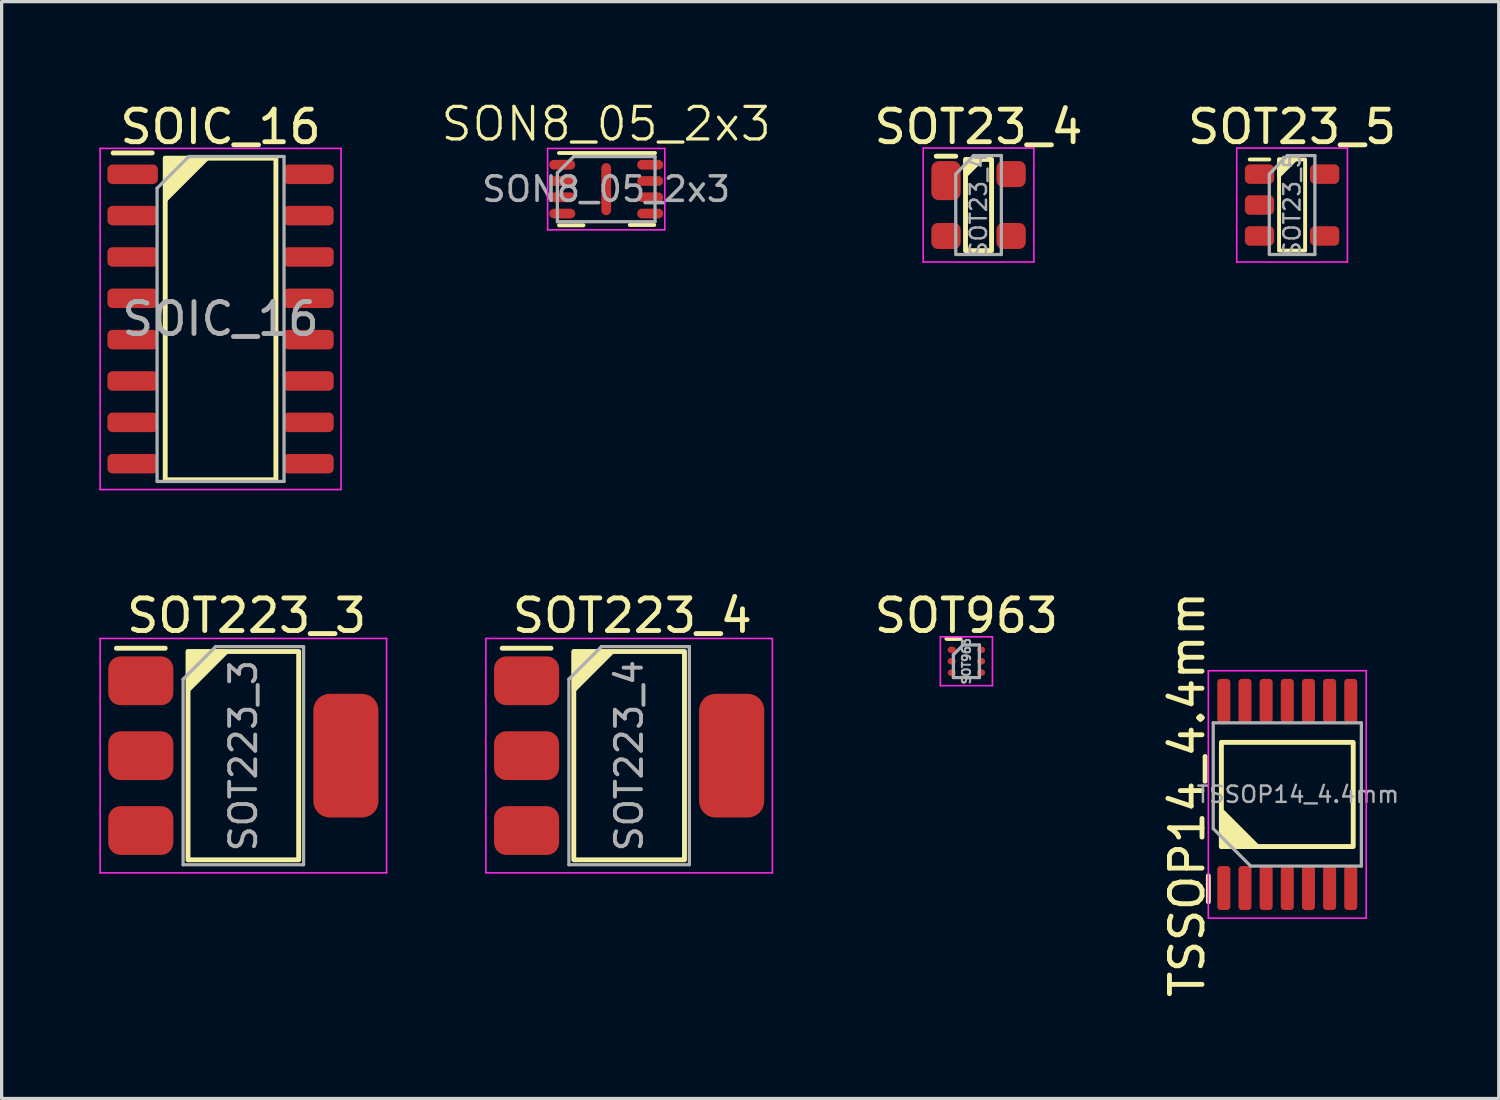
<source format=kicad_pcb>
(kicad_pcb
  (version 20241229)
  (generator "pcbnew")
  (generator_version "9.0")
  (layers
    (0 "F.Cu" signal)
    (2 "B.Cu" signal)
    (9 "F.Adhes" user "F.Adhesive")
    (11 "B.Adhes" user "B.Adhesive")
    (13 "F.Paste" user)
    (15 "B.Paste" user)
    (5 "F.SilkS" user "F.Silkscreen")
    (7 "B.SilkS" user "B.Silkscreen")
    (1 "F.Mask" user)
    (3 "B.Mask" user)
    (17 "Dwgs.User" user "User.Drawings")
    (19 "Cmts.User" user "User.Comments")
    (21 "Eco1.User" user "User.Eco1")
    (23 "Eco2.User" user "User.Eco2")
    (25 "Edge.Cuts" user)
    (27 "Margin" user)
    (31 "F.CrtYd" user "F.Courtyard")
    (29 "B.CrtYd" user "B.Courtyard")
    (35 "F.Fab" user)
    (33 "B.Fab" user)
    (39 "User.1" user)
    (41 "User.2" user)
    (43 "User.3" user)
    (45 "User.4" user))
  (footprint "SOT223_4"
    (layer "F.Cu")
    (at 16.275 20.162)
    (property "Reference" "SOT223_4" (at 0.1 -4.3 0) (layer "F.SilkS") (effects (font (size 1 1) (thickness 0.15))))
    (attr smd)
    (fp_line (start -3.9 -3.3) (end -2.4 -3.3) (stroke (width 0.15) (type solid)) (layer "F.SilkS"))
    (fp_rect (start -1.7 3.2) (end 1.7 -3.2) (stroke (width 0.15) (type solid)) (fill no) (layer "F.SilkS"))
    (fp_poly (pts (xy -1.7 -2) (xy -1.7 -3.2) (xy -0.5 -3.2)) (stroke (width 0.12) (type solid)) (fill yes) (layer "F.SilkS"))
    (fp_line (start -4.4 -3.6) (end -4.4 3.6) (stroke (width 0.05) (type solid)) (layer "F.CrtYd"))
    (fp_line (start -4.4 3.6) (end 4.4 3.6) (stroke (width 0.05) (type solid)) (layer "F.CrtYd"))
    (fp_line (start 4.4 -3.6) (end -4.4 -3.6) (stroke (width 0.05) (type solid)) (layer "F.CrtYd"))
    (fp_line (start 4.4 3.6) (end 4.4 -3.6) (stroke (width 0.05) (type solid)) (layer "F.CrtYd"))
    (fp_line (start -1.85 -2.35) (end -1.85 3.35) (stroke (width 0.1) (type solid)) (layer "F.Fab"))
    (fp_line (start -1.85 -2.35) (end -0.85 -3.35) (stroke (width 0.1) (type solid)) (layer "F.Fab"))
    (fp_line (start -1.85 3.35) (end 1.85 3.35) (stroke (width 0.1) (type solid)) (layer "F.Fab"))
    (fp_line (start -0.85 -3.35) (end 1.85 -3.35) (stroke (width 0.1) (type solid)) (layer "F.Fab"))
    (fp_line (start 1.85 -3.35) (end 1.85 3.35) (stroke (width 0.1) (type solid)) (layer "F.Fab"))
    (fp_text user "${REFERENCE}" (at 0 0 90) (layer "F.Fab") (effects (font (size 0.8 0.8) (thickness 0.12))))
    (pad "1" smd roundrect (at -3.15 -2.3) (size 2 1.5) (layers "F.Cu" "F.Mask" "F.Paste") (roundrect_rratio 0.25))
    (pad "2" smd roundrect (at -3.15 0) (size 2 1.5) (layers "F.Cu" "F.Mask" "F.Paste") (roundrect_rratio 0.25))
    (pad "3" smd roundrect (at -3.15 2.3) (size 2 1.5) (layers "F.Cu" "F.Mask" "F.Paste") (roundrect_rratio 0.25))
    (pad "4" smd roundrect (at 3.15 0) (size 2 3.8) (layers "F.Cu" "F.Mask" "F.Paste") (roundrect_rratio 0.25)))
  (footprint "SON8_05_2x3"
    (layer "F.Cu")
    (at 15.571 2.76)
    (property "Reference" "SON8_05_2x3" (at 0 -2 0) (unlocked yes) (layer "F.SilkS") (effects (font (size 1 1) (thickness 0.1))))
    (attr smd)
    (fp_line (start -1.45 -1.11) (end 1.5 -1.11) (stroke (width 0.12) (type solid)) (layer "F.SilkS"))
    (fp_line (start -1.45 1.11) (end -0.7 1.11) (stroke (width 0.12) (type solid)) (layer "F.SilkS"))
    (fp_line (start 0.725 1.1) (end 1.475 1.1) (stroke (width 0.12) (type solid)) (layer "F.SilkS"))
    (fp_line (start 0 -0.3) (end 0 -0.5) (stroke (width 0.3) (type default)) (layer "F.Paste"))
    (fp_line (start 0 0.5) (end 0 0.3) (stroke (width 0.3) (type default)) (layer "F.Paste"))
    (fp_line (start -1.8 -1.25) (end -1.8 1.25) (stroke (width 0.05) (type solid)) (layer "F.CrtYd"))
    (fp_line (start -1.8 1.25) (end 1.8 1.25) (stroke (width 0.05) (type solid)) (layer "F.CrtYd"))
    (fp_line (start 1.8 -1.25) (end -1.8 -1.25) (stroke (width 0.05) (type solid)) (layer "F.CrtYd"))
    (fp_line (start 1.8 1.25) (end 1.8 -1.25) (stroke (width 0.05) (type solid)) (layer "F.CrtYd"))
    (fp_line (start -1.5 -0.5) (end -1 -1) (stroke (width 0.1) (type solid)) (layer "F.Fab"))
    (fp_line (start -1.5 1) (end -1.5 -0.5) (stroke (width 0.1) (type solid)) (layer "F.Fab"))
    (fp_line (start -1 -1) (end 1.5 -1) (stroke (width 0.1) (type solid)) (layer "F.Fab"))
    (fp_line (start 1.5 -1) (end 1.5 1) (stroke (width 0.1) (type solid)) (layer "F.Fab"))
    (fp_line (start 1.5 1) (end -1.5 1) (stroke (width 0.1) (type solid)) (layer "F.Fab"))
    (fp_text user "${REFERENCE}" (at 0 0 0) (layer "F.Fab") (effects (font (size 0.75 0.75) (thickness 0.11))))
    (pad "1" smd oval (at -1.35 -0.75) (size 0.8 0.3) (layers "F.Cu" "F.Mask" "F.Paste"))
    (pad "2" smd oval (at -1.35 -0.25) (size 0.8 0.3) (layers "F.Cu" "F.Mask" "F.Paste"))
    (pad "3" smd oval (at -1.35 0.25) (size 0.8 0.3) (layers "F.Cu" "F.Mask" "F.Paste"))
    (pad "4" smd oval (at -1.35 0.75) (size 0.8 0.3) (layers "F.Cu" "F.Mask" "F.Paste"))
    (pad "5" smd oval (at 1.35 0.75) (size 0.8 0.3) (layers "F.Cu" "F.Mask" "F.Paste"))
    (pad "6" smd oval (at 1.35 0.25) (size 0.8 0.3) (layers "F.Cu" "F.Mask" "F.Paste"))
    (pad "7" smd oval (at 1.35 -0.25) (size 0.8 0.3) (layers "F.Cu" "F.Mask" "F.Paste"))
    (pad "8" smd oval (at 1.35 -0.75) (size 0.8 0.3) (layers "F.Cu" "F.Mask" "F.Paste"))
    (pad "9" smd oval (at 0 0) (size 0.3 1.6) (layers "F.Cu" "F.Mask")))
  (footprint "TSSOP14_4.4mm"
    (layer "F.Cu")
    (at 36.492 21.353)
    (property "Reference" "TSSOP14_4.4mm" (at -3.075 0 90) (layer "F.SilkS") (effects (font (size 1 1) (thickness 0.15))))
    (attr smd)
    (fp_line (start -2.425 3.3) (end -2.425 2.5) (stroke (width 0.15) (type solid)) (layer "F.SilkS"))
    (fp_rect (start -2.025 -1.6) (end 2.025 1.6) (stroke (width 0.15) (type solid)) (fill no) (layer "F.SilkS"))
    (fp_poly (pts (xy -0.925 1.6) (xy -2.025 1.6) (xy -2.025 0.5)) (stroke (width 0.15) (type solid)) (fill yes) (layer "F.SilkS"))
    (fp_line (start -2.425 -3.8) (end 2.425 -3.8) (stroke (width 0.05) (type solid)) (layer "F.CrtYd"))
    (fp_line (start -2.425 3.8) (end -2.425 -3.8) (stroke (width 0.05) (type solid)) (layer "F.CrtYd"))
    (fp_line (start 2.425 -3.8) (end 2.425 3.8) (stroke (width 0.05) (type solid)) (layer "F.CrtYd"))
    (fp_line (start 2.425 3.8) (end -2.425 3.8) (stroke (width 0.05) (type solid)) (layer "F.CrtYd"))
    (fp_line (start -2.275 -2.2) (end -2.275 1.05) (stroke (width 0.1) (type solid)) (layer "F.Fab"))
    (fp_line (start -2.275 -2.2) (end 2.275 -2.2) (stroke (width 0.1) (type solid)) (layer "F.Fab"))
    (fp_line (start -2.275 1.05) (end -1.125 2.2) (stroke (width 0.1) (type solid)) (layer "F.Fab"))
    (fp_line (start -1.125 2.2) (end 2.275 2.2) (stroke (width 0.1) (type solid)) (layer "F.Fab"))
    (fp_line (start 2.275 -2.2) (end 2.275 2.2) (stroke (width 0.1) (type solid)) (layer "F.Fab"))
    (fp_text user "${REFERENCE}" (at 0.325 0 180) (layer "F.Fab") (effects (font (size 0.5 0.5) (thickness 0.075))))
    (pad "1" smd roundrect (at -1.95 2.875) (size 0.4 1.35) (layers "F.Cu" "F.Mask" "F.Paste") (roundrect_rratio 0.25))
    (pad "2" smd roundrect (at -1.3 2.875) (size 0.4 1.35) (layers "F.Cu" "F.Mask" "F.Paste") (roundrect_rratio 0.25))
    (pad "3" smd roundrect (at -0.65 2.875) (size 0.4 1.35) (layers "F.Cu" "F.Mask" "F.Paste") (roundrect_rratio 0.25))
    (pad "4" smd roundrect (at 0 2.875) (size 0.4 1.35) (layers "F.Cu" "F.Mask" "F.Paste") (roundrect_rratio 0.25))
    (pad "5" smd roundrect (at 0.65 2.875) (size 0.4 1.35) (layers "F.Cu" "F.Mask" "F.Paste") (roundrect_rratio 0.25))
    (pad "6" smd roundrect (at 1.3 2.875) (size 0.4 1.35) (layers "F.Cu" "F.Mask" "F.Paste") (roundrect_rratio 0.25))
    (pad "7" smd roundrect (at 1.95 2.875) (size 0.4 1.35) (layers "F.Cu" "F.Mask" "F.Paste") (roundrect_rratio 0.25))
    (pad "8" smd roundrect (at 1.95 -2.875) (size 0.4 1.35) (layers "F.Cu" "F.Mask" "F.Paste") (roundrect_rratio 0.25))
    (pad "9" smd roundrect (at 1.3 -2.875) (size 0.4 1.35) (layers "F.Cu" "F.Mask" "F.Paste") (roundrect_rratio 0.25))
    (pad "10" smd roundrect (at 0.65 -2.875) (size 0.4 1.35) (layers "F.Cu" "F.Mask" "F.Paste") (roundrect_rratio 0.25))
    (pad "11" smd roundrect (at 0 -2.875) (size 0.4 1.35) (layers "F.Cu" "F.Mask" "F.Paste") (roundrect_rratio 0.25))
    (pad "12" smd roundrect (at -0.65 -2.875) (size 0.4 1.35) (layers "F.Cu" "F.Mask" "F.Paste") (roundrect_rratio 0.25))
    (pad "13" smd roundrect (at -1.3 -2.875) (size 0.4 1.35) (layers "F.Cu" "F.Mask" "F.Paste") (roundrect_rratio 0.25))
    (pad "14" smd roundrect (at -1.95 -2.875) (size 0.4 1.35) (layers "F.Cu" "F.Mask" "F.Paste") (roundrect_rratio 0.25)))
  (footprint "SOIC_16"
    (layer "F.Cu")
    (at 3.725 6.748)
    (property "Reference" "SOIC_16" (at 0 -5.9 0) (unlocked yes) (layer "F.SilkS") (effects (font (size 1 1) (thickness 0.15))))
    (attr smd)
    (fp_line (start -2.1 -5.1) (end -3.3 -5.1) (stroke (width 0.15) (type solid)) (layer "F.SilkS"))
    (fp_rect (start -1.7 -4.94) (end 1.7 4.94) (stroke (width 0.15) (type default)) (fill no) (layer "F.SilkS"))
    (fp_poly (pts (xy -1.7 -3.64) (xy -1.7 -4.94) (xy -0.4 -4.94)) (stroke (width 0.12) (type solid)) (fill yes) (layer "F.SilkS"))
    (fp_line (start -3.7 -5.24) (end -3.7 5.24) (stroke (width 0.05) (type solid)) (layer "F.CrtYd"))
    (fp_line (start -3.7 5.24) (end 3.7 5.24) (stroke (width 0.05) (type solid)) (layer "F.CrtYd"))
    (fp_line (start 3.7 -5.24) (end -3.7 -5.24) (stroke (width 0.05) (type solid)) (layer "F.CrtYd"))
    (fp_line (start 3.7 5.24) (end 3.7 -5.24) (stroke (width 0.05) (type solid)) (layer "F.CrtYd"))
    (fp_line (start -1.95 -4.015) (end -0.975 -4.99) (stroke (width 0.1) (type solid)) (layer "F.Fab"))
    (fp_line (start -1.95 4.99) (end -1.95 -4.015) (stroke (width 0.1) (type solid)) (layer "F.Fab"))
    (fp_line (start -0.975 -4.99) (end 1.95 -4.99) (stroke (width 0.1) (type solid)) (layer "F.Fab"))
    (fp_line (start 1.95 -4.99) (end 1.95 4.99) (stroke (width 0.1) (type solid)) (layer "F.Fab"))
    (fp_line (start 1.95 4.99) (end -1.95 4.99) (stroke (width 0.1) (type solid)) (layer "F.Fab"))
    (fp_text user "${REFERENCE}" (at 0 0 0) (layer "F.Fab") (effects (font (size 0.98 0.98) (thickness 0.15))))
    (pad "1" smd roundrect (at -2.7 -4.445) (size 1.55 0.6) (layers "F.Cu" "F.Mask" "F.Paste") (roundrect_rratio 0.25))
    (pad "2" smd roundrect (at -2.7 -3.175) (size 1.55 0.6) (layers "F.Cu" "F.Mask" "F.Paste") (roundrect_rratio 0.25))
    (pad "3" smd roundrect (at -2.7 -1.905) (size 1.55 0.6) (layers "F.Cu" "F.Mask" "F.Paste") (roundrect_rratio 0.25))
    (pad "4" smd roundrect (at -2.7 -0.635) (size 1.55 0.6) (layers "F.Cu" "F.Mask" "F.Paste") (roundrect_rratio 0.25))
    (pad "5" smd roundrect (at -2.7 0.635) (size 1.55 0.6) (layers "F.Cu" "F.Mask" "F.Paste") (roundrect_rratio 0.25))
    (pad "6" smd roundrect (at -2.7 1.905) (size 1.55 0.6) (layers "F.Cu" "F.Mask" "F.Paste") (roundrect_rratio 0.25))
    (pad "7" smd roundrect (at -2.7 3.175) (size 1.55 0.6) (layers "F.Cu" "F.Mask" "F.Paste") (roundrect_rratio 0.25))
    (pad "8" smd roundrect (at -2.7 4.445) (size 1.55 0.6) (layers "F.Cu" "F.Mask" "F.Paste") (roundrect_rratio 0.25))
    (pad "9" smd roundrect (at 2.7 4.445) (size 1.55 0.6) (layers "F.Cu" "F.Mask" "F.Paste") (roundrect_rratio 0.25))
    (pad "10" smd roundrect (at 2.7 3.175) (size 1.55 0.6) (layers "F.Cu" "F.Mask" "F.Paste") (roundrect_rratio 0.25))
    (pad "11" smd roundrect (at 2.7 1.905) (size 1.55 0.6) (layers "F.Cu" "F.Mask" "F.Paste") (roundrect_rratio 0.25))
    (pad "12" smd roundrect (at 2.7 0.635) (size 1.55 0.6) (layers "F.Cu" "F.Mask" "F.Paste") (roundrect_rratio 0.25))
    (pad "13" smd roundrect (at 2.7 -0.635) (size 1.55 0.6) (layers "F.Cu" "F.Mask" "F.Paste") (roundrect_rratio 0.25))
    (pad "14" smd roundrect (at 2.7 -1.905) (size 1.55 0.6) (layers "F.Cu" "F.Mask" "F.Paste") (roundrect_rratio 0.25))
    (pad "15" smd roundrect (at 2.7 -3.175) (size 1.55 0.6) (layers "F.Cu" "F.Mask" "F.Paste") (roundrect_rratio 0.25))
    (pad "16" smd roundrect (at 2.7 -4.445) (size 1.55 0.6) (layers "F.Cu" "F.Mask" "F.Paste") (roundrect_rratio 0.25)))
  (footprint "SOT23_5"
    (layer "F.Cu")
    (at 36.639 3.248)
    (property "Reference" "SOT23_5" (at 0 -2.4 0) (layer "F.SilkS") (effects (font (size 1 1) (thickness 0.15))))
    (attr smd)
    (fp_line (start -1.3 -1.4) (end -0.7 -1.4) (stroke (width 0.12) (type solid)) (layer "F.SilkS"))
    (fp_rect (start -0.4 1.4) (end 0.4 -1.4) (stroke (width 0.12) (type solid)) (fill no) (layer "F.SilkS"))
    (fp_poly (pts (xy -0.4 -0.9) (xy -0.4 -1.4) (xy 0.1 -1.4)) (stroke (width 0.12) (type solid)) (fill yes) (layer "F.SilkS"))
    (fp_line (start -1.7 -1.75) (end 1.7 -1.75) (stroke (width 0.05) (type solid)) (layer "F.CrtYd"))
    (fp_line (start -1.7 1.75) (end -1.7 -1.75) (stroke (width 0.05) (type solid)) (layer "F.CrtYd"))
    (fp_line (start 1.7 -1.75) (end 1.7 1.75) (stroke (width 0.05) (type solid)) (layer "F.CrtYd"))
    (fp_line (start 1.7 1.75) (end -1.7 1.75) (stroke (width 0.05) (type solid)) (layer "F.CrtYd"))
    (fp_line (start -0.7 -0.95) (end -0.7 1.5) (stroke (width 0.1) (type solid)) (layer "F.Fab"))
    (fp_line (start -0.7 -0.95) (end -0.15 -1.52) (stroke (width 0.1) (type solid)) (layer "F.Fab"))
    (fp_line (start -0.7 1.52) (end 0.7 1.52) (stroke (width 0.1) (type solid)) (layer "F.Fab"))
    (fp_line (start -0.15 -1.52) (end 0.7 -1.52) (stroke (width 0.1) (type solid)) (layer "F.Fab"))
    (fp_line (start 0.7 -1.52) (end 0.7 1.52) (stroke (width 0.1) (type solid)) (layer "F.Fab"))
    (fp_text user "${REFERENCE}" (at 0 0 90) (layer "F.Fab") (effects (font (size 0.5 0.5) (thickness 0.075))))
    (pad "1" smd roundrect (at -1 -0.95) (size 0.9 0.6) (layers "F.Cu" "F.Mask" "F.Paste") (roundrect_rratio 0.25))
    (pad "2" smd roundrect (at -1 0) (size 0.9 0.6) (layers "F.Cu" "F.Mask" "F.Paste") (roundrect_rratio 0.25))
    (pad "3" smd roundrect (at -1 0.95) (size 0.9 0.6) (layers "F.Cu" "F.Mask" "F.Paste") (roundrect_rratio 0.25))
    (pad "4" smd roundrect (at 1 0.95) (size 0.9 0.6) (layers "F.Cu" "F.Mask" "F.Paste") (roundrect_rratio 0.25))
    (pad "5" smd roundrect (at 1 -0.95) (size 0.9 0.6) (layers "F.Cu" "F.Mask" "F.Paste") (roundrect_rratio 0.25)))
  (footprint "SOT223_3"
    (layer "F.Cu")
    (at 4.425 20.162)
    (property "Reference" "SOT223_3" (at 0.1 -4.3 0) (layer "F.SilkS") (effects (font (size 1 1) (thickness 0.15))))
    (attr smd)
    (fp_line (start -3.9 -3.3) (end -2.4 -3.3) (stroke (width 0.15) (type solid)) (layer "F.SilkS"))
    (fp_rect (start -1.7 3.2) (end 1.7 -3.2) (stroke (width 0.15) (type solid)) (fill no) (layer "F.SilkS"))
    (fp_poly (pts (xy -1.7 -2) (xy -1.7 -3.2) (xy -0.5 -3.2)) (stroke (width 0.12) (type solid)) (fill yes) (layer "F.SilkS"))
    (fp_line (start -4.4 -3.6) (end -4.4 3.6) (stroke (width 0.05) (type solid)) (layer "F.CrtYd"))
    (fp_line (start -4.4 3.6) (end 4.4 3.6) (stroke (width 0.05) (type solid)) (layer "F.CrtYd"))
    (fp_line (start 4.4 -3.6) (end -4.4 -3.6) (stroke (width 0.05) (type solid)) (layer "F.CrtYd"))
    (fp_line (start 4.4 3.6) (end 4.4 -3.6) (stroke (width 0.05) (type solid)) (layer "F.CrtYd"))
    (fp_line (start -1.85 -2.35) (end -1.85 3.35) (stroke (width 0.1) (type solid)) (layer "F.Fab"))
    (fp_line (start -1.85 -2.35) (end -0.85 -3.35) (stroke (width 0.1) (type solid)) (layer "F.Fab"))
    (fp_line (start -1.85 3.35) (end 1.85 3.35) (stroke (width 0.1) (type solid)) (layer "F.Fab"))
    (fp_line (start -0.85 -3.35) (end 1.85 -3.35) (stroke (width 0.1) (type solid)) (layer "F.Fab"))
    (fp_line (start 1.85 -3.35) (end 1.85 3.35) (stroke (width 0.1) (type solid)) (layer "F.Fab"))
    (fp_text user "${REFERENCE}" (at 0 0 90) (layer "F.Fab") (effects (font (size 0.8 0.8) (thickness 0.12))))
    (pad "1" smd roundrect (at -3.15 -2.3) (size 2 1.5) (layers "F.Cu" "F.Mask" "F.Paste") (roundrect_rratio 0.25))
    (pad "2" smd roundrect (at -3.15 0) (size 2 1.5) (layers "F.Cu" "F.Mask" "F.Paste") (roundrect_rratio 0.25))
    (pad "2" smd roundrect (at 3.15 0) (size 2 3.8) (layers "F.Cu" "F.Mask" "F.Paste") (roundrect_rratio 0.25))
    (pad "3" smd roundrect (at -3.15 2.3) (size 2 1.5) (layers "F.Cu" "F.Mask" "F.Paste") (roundrect_rratio 0.25)))
  (footprint "SOT963"
    (layer "F.Cu")
    (at 26.635 17.262)
    (property "Reference" "SOT963" (at 0 -1.4 0) (unlocked yes) (layer "F.SilkS") (effects (font (size 1 1) (thickness 0.15))))
    (attr smd)
    (fp_line (start -0.2 -0.7) (end -0.6 -0.7) (stroke (width 0.15) (type solid)) (layer "F.SilkS"))
    (fp_line (start -0.8 -0.75) (end 0.8 -0.75) (stroke (width 0.05) (type solid)) (layer "F.CrtYd"))
    (fp_line (start -0.8 0.75) (end -0.8 -0.75) (stroke (width 0.05) (type solid)) (layer "F.CrtYd"))
    (fp_line (start 0.8 -0.75) (end 0.8 0.75) (stroke (width 0.05) (type solid)) (layer "F.CrtYd"))
    (fp_line (start 0.8 0.75) (end -0.8 0.75) (stroke (width 0.05) (type solid)) (layer "F.CrtYd"))
    (fp_line (start -0.4 -0.2) (end -0.1 -0.5) (stroke (width 0.1) (type solid)) (layer "F.Fab"))
    (fp_line (start -0.4 0.5) (end -0.4 -0.2) (stroke (width 0.1) (type solid)) (layer "F.Fab"))
    (fp_line (start -0.1 -0.5) (end 0.4 -0.5) (stroke (width 0.1) (type solid)) (layer "F.Fab"))
    (fp_line (start 0.4 -0.5) (end 0.4 0.5) (stroke (width 0.1) (type solid)) (layer "F.Fab"))
    (fp_line (start 0.4 0.5) (end -0.4 0.5) (stroke (width 0.1) (type solid)) (layer "F.Fab"))
    (fp_text user "${REFERENCE}" (at 0 0 90) (layer "F.Fab") (effects (font (size 0.25 0.25) (thickness 0.062))))
    (pad "1" smd oval (at -0.45 -0.35) (size 0.25 0.2) (layers "F.Cu" "F.Mask" "F.Paste"))
    (pad "2" smd oval (at -0.45 0) (size 0.25 0.2) (layers "F.Cu" "F.Mask" "F.Paste"))
    (pad "3" smd oval (at -0.45 0.35) (size 0.25 0.2) (layers "F.Cu" "F.Mask" "F.Paste"))
    (pad "4" smd oval (at 0.45 0.35) (size 0.25 0.2) (layers "F.Cu" "F.Mask" "F.Paste"))
    (pad "5" smd oval (at 0.45 0) (size 0.25 0.2) (layers "F.Cu" "F.Mask" "F.Paste"))
    (pad "6" smd oval (at 0.45 -0.35) (size 0.25 0.2) (layers "F.Cu" "F.Mask" "F.Paste")))
  (footprint "SOT23_4"
    (layer "F.Cu")
    (at 27.008 3.248)
    (property "Reference" "SOT23_4" (at 0 -2.4 0) (layer "F.SilkS") (effects (font (size 1 1) (thickness 0.15))))
    (attr smd)
    (fp_line (start -1.3 -1.5) (end -0.7 -1.5) (stroke (width 0.15) (type solid)) (layer "F.SilkS"))
    (fp_rect (start -0.4 1.4) (end 0.4 -1.4) (stroke (width 0.15) (type solid)) (fill no) (layer "F.SilkS"))
    (fp_poly (pts (xy -0.4 -0.9) (xy -0.4 -1.4) (xy 0.1 -1.4)) (stroke (width 0.12) (type solid)) (fill yes) (layer "F.SilkS"))
    (fp_line (start -1.7 -1.75) (end 1.7 -1.75) (stroke (width 0.05) (type solid)) (layer "F.CrtYd"))
    (fp_line (start -1.7 1.75) (end -1.7 -1.75) (stroke (width 0.05) (type solid)) (layer "F.CrtYd"))
    (fp_line (start 1.7 -1.75) (end 1.7 1.75) (stroke (width 0.05) (type solid)) (layer "F.CrtYd"))
    (fp_line (start 1.7 1.75) (end -1.7 1.75) (stroke (width 0.05) (type solid)) (layer "F.CrtYd"))
    (fp_line (start -0.7 -0.95) (end -0.7 1.5) (stroke (width 0.1) (type solid)) (layer "F.Fab"))
    (fp_line (start -0.7 -0.95) (end -0.15 -1.52) (stroke (width 0.1) (type solid)) (layer "F.Fab"))
    (fp_line (start -0.7 1.52) (end 0.7 1.52) (stroke (width 0.1) (type solid)) (layer "F.Fab"))
    (fp_line (start -0.15 -1.52) (end 0.7 -1.52) (stroke (width 0.1) (type solid)) (layer "F.Fab"))
    (fp_line (start 0.7 -1.52) (end 0.7 1.52) (stroke (width 0.1) (type solid)) (layer "F.Fab"))
    (fp_text user "${REFERENCE}" (at 0 0 90) (layer "F.Fab") (effects (font (size 0.5 0.5) (thickness 0.075))))
    (pad "1" smd roundrect (at -1 -0.75 270) (size 1.2 0.9) (layers "F.Cu" "F.Mask" "F.Paste") (roundrect_rratio 0.25))
    (pad "2" smd roundrect (at -1 0.95) (size 0.9 0.8) (layers "F.Cu" "F.Mask" "F.Paste") (roundrect_rratio 0.25))
    (pad "3" smd roundrect (at 1 0.95) (size 0.9 0.8) (layers "F.Cu" "F.Mask" "F.Paste") (roundrect_rratio 0.25))
    (pad "4" smd roundrect (at 1 -0.95) (size 0.9 0.8) (layers "F.Cu" "F.Mask" "F.Paste") (roundrect_rratio 0.25)))
  (gr_rect
    (start -3 -3)
    (end 42.987 30.692)
    (stroke (width 0.1) (type default))
    (fill no)
    (layer "Edge.Cuts")))
</source>
